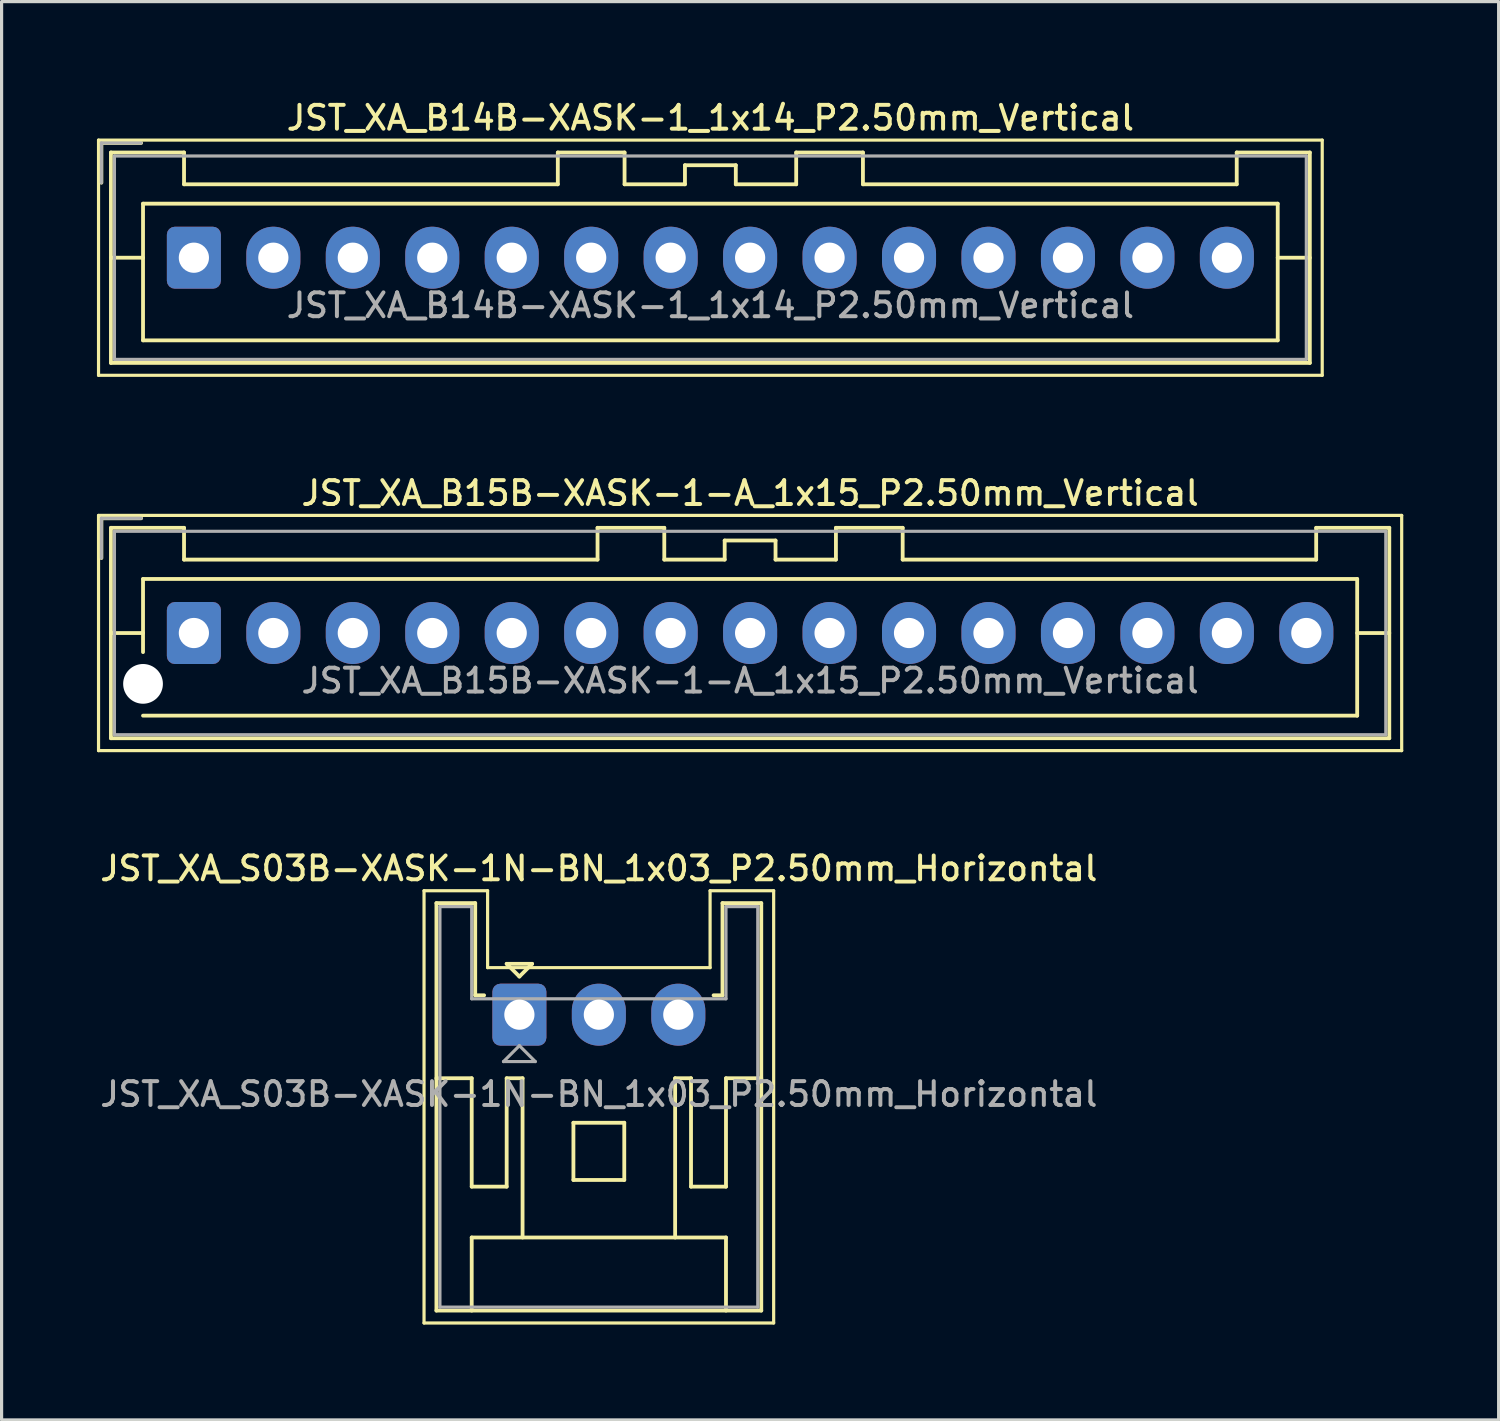
<source format=kicad_pcb>
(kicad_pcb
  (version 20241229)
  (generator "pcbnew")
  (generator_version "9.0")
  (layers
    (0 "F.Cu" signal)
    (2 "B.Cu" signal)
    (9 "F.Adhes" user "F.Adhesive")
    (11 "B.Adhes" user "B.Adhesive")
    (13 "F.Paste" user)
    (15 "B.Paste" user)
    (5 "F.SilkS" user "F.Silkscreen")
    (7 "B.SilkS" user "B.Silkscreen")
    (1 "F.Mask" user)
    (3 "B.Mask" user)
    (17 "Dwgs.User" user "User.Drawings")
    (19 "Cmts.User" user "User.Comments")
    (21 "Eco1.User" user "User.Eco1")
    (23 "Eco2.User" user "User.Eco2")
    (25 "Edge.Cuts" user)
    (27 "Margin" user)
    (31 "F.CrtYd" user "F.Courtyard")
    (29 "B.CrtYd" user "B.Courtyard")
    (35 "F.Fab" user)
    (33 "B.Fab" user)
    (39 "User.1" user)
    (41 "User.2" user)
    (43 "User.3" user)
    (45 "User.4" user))
  (footprint "JST_XA_B14B-XASK-1_1x14_P2.50mm_Vertical"
    (layer "F.Cu")
    (at 3.05 5.058)
    (property "Reference" "JST_XA_B14B-XASK-1_1x14_P2.50mm_Vertical" (at 16.25 -4.4 0) (layer "F.SilkS") (effects (font (size 0.75 0.75) (thickness 0.125))))
    (attr through_hole)
    (fp_line (start -3 -3.7) (end -3 3.7) (stroke (width 0.1) (type solid)) (layer "F.SilkS"))
    (fp_line (start -3 3.7) (end 35.5 3.7) (stroke (width 0.1) (type solid)) (layer "F.SilkS"))
    (fp_line (start -2.91 -3.61) (end -2.91 -2.36) (stroke (width 0.12) (type solid)) (layer "F.SilkS"))
    (fp_line (start -2.61 -3.31) (end -2.61 3.31) (stroke (width 0.12) (type solid)) (layer "F.SilkS"))
    (fp_line (start -2.61 0) (end -1.6 0) (stroke (width 0.12) (type solid)) (layer "F.SilkS"))
    (fp_line (start -2.61 3.31) (end 35.11 3.31) (stroke (width 0.12) (type solid)) (layer "F.SilkS"))
    (fp_line (start -1.66 -3.61) (end -2.91 -3.61) (stroke (width 0.12) (type solid)) (layer "F.SilkS"))
    (fp_line (start -1.6 -1.7) (end -1.6 2.6) (stroke (width 0.12) (type solid)) (layer "F.SilkS"))
    (fp_line (start -1.6 2.6) (end 34.1 2.6) (stroke (width 0.12) (type solid)) (layer "F.SilkS"))
    (fp_line (start -0.31 -3.31) (end -2.61 -3.31) (stroke (width 0.12) (type solid)) (layer "F.SilkS"))
    (fp_line (start -0.31 -2.31) (end -0.31 -3.31) (stroke (width 0.12) (type solid)) (layer "F.SilkS"))
    (fp_line (start 11.45 -3.31) (end 11.45 -2.31) (stroke (width 0.12) (type solid)) (layer "F.SilkS"))
    (fp_line (start 11.45 -2.31) (end -0.31 -2.31) (stroke (width 0.12) (type solid)) (layer "F.SilkS"))
    (fp_line (start 13.55 -3.31) (end 11.45 -3.31) (stroke (width 0.12) (type solid)) (layer "F.SilkS"))
    (fp_line (start 13.55 -2.31) (end 13.55 -3.31) (stroke (width 0.12) (type solid)) (layer "F.SilkS"))
    (fp_line (start 15.45 -2.91) (end 15.45 -2.31) (stroke (width 0.12) (type solid)) (layer "F.SilkS"))
    (fp_line (start 15.45 -2.31) (end 13.55 -2.31) (stroke (width 0.12) (type solid)) (layer "F.SilkS"))
    (fp_line (start 17.05 -2.91) (end 15.45 -2.91) (stroke (width 0.12) (type solid)) (layer "F.SilkS"))
    (fp_line (start 17.05 -2.31) (end 17.05 -2.91) (stroke (width 0.12) (type solid)) (layer "F.SilkS"))
    (fp_line (start 18.95 -3.31) (end 18.95 -2.31) (stroke (width 0.12) (type solid)) (layer "F.SilkS"))
    (fp_line (start 18.95 -2.31) (end 17.05 -2.31) (stroke (width 0.12) (type solid)) (layer "F.SilkS"))
    (fp_line (start 21.05 -3.31) (end 18.95 -3.31) (stroke (width 0.12) (type solid)) (layer "F.SilkS"))
    (fp_line (start 21.05 -2.31) (end 21.05 -3.31) (stroke (width 0.12) (type solid)) (layer "F.SilkS"))
    (fp_line (start 32.81 -3.31) (end 32.81 -2.31) (stroke (width 0.12) (type solid)) (layer "F.SilkS"))
    (fp_line (start 32.81 -2.31) (end 21.05 -2.31) (stroke (width 0.12) (type solid)) (layer "F.SilkS"))
    (fp_line (start 34.1 -1.7) (end -1.6 -1.7) (stroke (width 0.12) (type solid)) (layer "F.SilkS"))
    (fp_line (start 34.1 2.6) (end 34.1 -1.7) (stroke (width 0.12) (type solid)) (layer "F.SilkS"))
    (fp_line (start 35.11 -3.31) (end 32.81 -3.31) (stroke (width 0.12) (type solid)) (layer "F.SilkS"))
    (fp_line (start 35.11 0) (end 34.1 0) (stroke (width 0.12) (type solid)) (layer "F.SilkS"))
    (fp_line (start 35.11 3.31) (end 35.11 -3.31) (stroke (width 0.12) (type solid)) (layer "F.SilkS"))
    (fp_line (start 35.5 -3.7) (end -3 -3.7) (stroke (width 0.1) (type solid)) (layer "F.SilkS"))
    (fp_line (start 35.5 3.7) (end 35.5 -3.7) (stroke (width 0.1) (type solid)) (layer "F.SilkS"))
    (fp_line (start -2.91 -3.61) (end -2.91 -2.36) (stroke (width 0.1) (type solid)) (layer "F.Fab"))
    (fp_line (start -2.5 -3.2) (end -2.5 3.2) (stroke (width 0.1) (type solid)) (layer "F.Fab"))
    (fp_line (start -2.5 3.2) (end 35 3.2) (stroke (width 0.1) (type solid)) (layer "F.Fab"))
    (fp_line (start -1.66 -3.61) (end -2.91 -3.61) (stroke (width 0.1) (type solid)) (layer "F.Fab"))
    (fp_line (start 35 -3.2) (end -2.5 -3.2) (stroke (width 0.1) (type solid)) (layer "F.Fab"))
    (fp_line (start 35 3.2) (end 35 -3.2) (stroke (width 0.1) (type solid)) (layer "F.Fab"))
    (fp_text user "${REFERENCE}" (at 16.25 1.5 0) (layer "F.Fab") (effects (font (size 0.75 0.75) (thickness 0.125))))
    (pad "1" thru_hole roundrect (at 0 0) (size 1.7 1.95) (drill 0.95) (layers "*.Cu" "*.Mask") (roundrect_rratio 0.147))
    (pad "2" thru_hole oval (at 2.5 0) (size 1.7 1.95) (drill 0.95) (layers "*.Cu" "*.Mask"))
    (pad "3" thru_hole oval (at 5 0) (size 1.7 1.95) (drill 0.95) (layers "*.Cu" "*.Mask"))
    (pad "4" thru_hole oval (at 7.5 0) (size 1.7 1.95) (drill 0.95) (layers "*.Cu" "*.Mask"))
    (pad "5" thru_hole oval (at 10 0) (size 1.7 1.95) (drill 0.95) (layers "*.Cu" "*.Mask"))
    (pad "6" thru_hole oval (at 12.5 0) (size 1.7 1.95) (drill 0.95) (layers "*.Cu" "*.Mask"))
    (pad "7" thru_hole oval (at 15 0) (size 1.7 1.95) (drill 0.95) (layers "*.Cu" "*.Mask"))
    (pad "8" thru_hole oval (at 17.5 0) (size 1.7 1.95) (drill 0.95) (layers "*.Cu" "*.Mask"))
    (pad "9" thru_hole oval (at 20 0) (size 1.7 1.95) (drill 0.95) (layers "*.Cu" "*.Mask"))
    (pad "10" thru_hole oval (at 22.5 0) (size 1.7 1.95) (drill 0.95) (layers "*.Cu" "*.Mask"))
    (pad "11" thru_hole oval (at 25 0) (size 1.7 1.95) (drill 0.95) (layers "*.Cu" "*.Mask"))
    (pad "12" thru_hole oval (at 27.5 0) (size 1.7 1.95) (drill 0.95) (layers "*.Cu" "*.Mask"))
    (pad "13" thru_hole oval (at 30 0) (size 1.7 1.95) (drill 0.95) (layers "*.Cu" "*.Mask"))
    (pad "14" thru_hole oval (at 32.5 0) (size 1.7 1.95) (drill 0.95) (layers "*.Cu" "*.Mask")))
  (footprint "JST_XA_S03B-XASK-1N-BN_1x03_P2.50mm_Horizontal"
    (layer "F.Cu")
    (at 13.291 28.874)
    (property "Reference" "JST_XA_S03B-XASK-1N-BN_1x03_P2.50mm_Horizontal" (at 2.5 -4.6 0) (layer "F.SilkS") (effects (font (size 0.75 0.75) (thickness 0.125))))
    (attr through_hole)
    (fp_line (start -3 -3.9) (end -3 9.7) (stroke (width 0.1) (type solid)) (layer "F.SilkS"))
    (fp_line (start -3 9.7) (end 8 9.7) (stroke (width 0.1) (type solid)) (layer "F.SilkS"))
    (fp_line (start -2.61 -3.51) (end -2.61 9.31) (stroke (width 0.12) (type solid)) (layer "F.SilkS"))
    (fp_line (start -2.61 9.31) (end 7.61 9.31) (stroke (width 0.12) (type solid)) (layer "F.SilkS"))
    (fp_line (start -1.5 2) (end -2.61 2) (stroke (width 0.12) (type solid)) (layer "F.SilkS"))
    (fp_line (start -1.5 5.41) (end -1.5 2) (stroke (width 0.12) (type solid)) (layer "F.SilkS"))
    (fp_line (start -1.5 7.01) (end 6.5 7.01) (stroke (width 0.12) (type solid)) (layer "F.SilkS"))
    (fp_line (start -1.5 9.31) (end -1.5 7.01) (stroke (width 0.12) (type solid)) (layer "F.SilkS"))
    (fp_line (start -1.39 -3.51) (end -2.61 -3.51) (stroke (width 0.12) (type solid)) (layer "F.SilkS"))
    (fp_line (start -1.39 -0.61) (end -1.39 -3.51) (stroke (width 0.12) (type solid)) (layer "F.SilkS"))
    (fp_line (start -1.11 -0.61) (end -1.39 -0.61) (stroke (width 0.12) (type solid)) (layer "F.SilkS"))
    (fp_line (start -1 -3.9) (end -3 -3.9) (stroke (width 0.1) (type solid)) (layer "F.SilkS"))
    (fp_line (start -1 -1.48) (end -1 -3.9) (stroke (width 0.1) (type solid)) (layer "F.SilkS"))
    (fp_line (start -0.4 -1.6) (end 0.4 -1.6) (stroke (width 0.12) (type solid)) (layer "F.SilkS"))
    (fp_line (start -0.4 2) (end -0.4 5.41) (stroke (width 0.12) (type solid)) (layer "F.SilkS"))
    (fp_line (start -0.4 5.41) (end -1.5 5.41) (stroke (width 0.12) (type solid)) (layer "F.SilkS"))
    (fp_line (start 0 -1.2) (end -0.4 -1.6) (stroke (width 0.12) (type solid)) (layer "F.SilkS"))
    (fp_line (start 0.1 2) (end -0.4 2) (stroke (width 0.12) (type solid)) (layer "F.SilkS"))
    (fp_line (start 0.1 7.01) (end 0.1 2) (stroke (width 0.12) (type solid)) (layer "F.SilkS"))
    (fp_line (start 0.4 -1.6) (end 0 -1.2) (stroke (width 0.12) (type solid)) (layer "F.SilkS"))
    (fp_line (start 1.7 3.4) (end 3.3 3.4) (stroke (width 0.12) (type solid)) (layer "F.SilkS"))
    (fp_line (start 1.7 5.2) (end 1.7 3.4) (stroke (width 0.12) (type solid)) (layer "F.SilkS"))
    (fp_line (start 3.3 3.4) (end 3.3 5.2) (stroke (width 0.12) (type solid)) (layer "F.SilkS"))
    (fp_line (start 3.3 5.2) (end 1.7 5.2) (stroke (width 0.12) (type solid)) (layer "F.SilkS"))
    (fp_line (start 4.9 2) (end 5.4 2) (stroke (width 0.12) (type solid)) (layer "F.SilkS"))
    (fp_line (start 4.9 7.01) (end 4.9 2) (stroke (width 0.12) (type solid)) (layer "F.SilkS"))
    (fp_line (start 5.4 2) (end 5.4 5.41) (stroke (width 0.12) (type solid)) (layer "F.SilkS"))
    (fp_line (start 5.4 5.41) (end 6.5 5.41) (stroke (width 0.12) (type solid)) (layer "F.SilkS"))
    (fp_line (start 6 -3.9) (end 6 -1.48) (stroke (width 0.1) (type solid)) (layer "F.SilkS"))
    (fp_line (start 6 -1.48) (end -1 -1.48) (stroke (width 0.1) (type solid)) (layer "F.SilkS"))
    (fp_line (start 6.39 -3.51) (end 6.39 -0.61) (stroke (width 0.12) (type solid)) (layer "F.SilkS"))
    (fp_line (start 6.39 -0.61) (end 6.11 -0.61) (stroke (width 0.12) (type solid)) (layer "F.SilkS"))
    (fp_line (start 6.5 2) (end 7.61 2) (stroke (width 0.12) (type solid)) (layer "F.SilkS"))
    (fp_line (start 6.5 5.41) (end 6.5 2) (stroke (width 0.12) (type solid)) (layer "F.SilkS"))
    (fp_line (start 6.5 7.01) (end 6.5 9.31) (stroke (width 0.12) (type solid)) (layer "F.SilkS"))
    (fp_line (start 7.61 -3.51) (end 6.39 -3.51) (stroke (width 0.12) (type solid)) (layer "F.SilkS"))
    (fp_line (start 7.61 9.31) (end 7.61 -3.51) (stroke (width 0.12) (type solid)) (layer "F.SilkS"))
    (fp_line (start 8 -3.9) (end 6 -3.9) (stroke (width 0.1) (type solid)) (layer "F.SilkS"))
    (fp_line (start 8 9.7) (end 8 -3.9) (stroke (width 0.1) (type solid)) (layer "F.SilkS"))
    (fp_line (start -2.5 -3.4) (end -2.5 9.2) (stroke (width 0.1) (type solid)) (layer "F.Fab"))
    (fp_line (start -2.5 9.2) (end 7.5 9.2) (stroke (width 0.1) (type solid)) (layer "F.Fab"))
    (fp_line (start -1.5 -3.4) (end -2.5 -3.4) (stroke (width 0.1) (type solid)) (layer "F.Fab"))
    (fp_line (start -1.5 -0.5) (end -1.5 -3.4) (stroke (width 0.1) (type solid)) (layer "F.Fab"))
    (fp_line (start -0.5 1.475) (end 0.5 1.475) (stroke (width 0.1) (type solid)) (layer "F.Fab"))
    (fp_line (start 0 0.975) (end -0.5 1.475) (stroke (width 0.1) (type solid)) (layer "F.Fab"))
    (fp_line (start 0.5 1.475) (end 0 0.975) (stroke (width 0.1) (type solid)) (layer "F.Fab"))
    (fp_line (start 6.5 -3.4) (end 6.5 -0.5) (stroke (width 0.1) (type solid)) (layer "F.Fab"))
    (fp_line (start 6.5 -0.5) (end -1.5 -0.5) (stroke (width 0.1) (type solid)) (layer "F.Fab"))
    (fp_line (start 7.5 -3.4) (end 6.5 -3.4) (stroke (width 0.1) (type solid)) (layer "F.Fab"))
    (fp_line (start 7.5 9.2) (end 7.5 -3.4) (stroke (width 0.1) (type solid)) (layer "F.Fab"))
    (fp_text user "${REFERENCE}" (at 2.5 2.5 0) (layer "F.Fab") (effects (font (size 0.75 0.75) (thickness 0.125))))
    (pad "1" thru_hole roundrect (at 0 0) (size 1.7 1.95) (drill 0.95) (layers "*.Cu" "*.Mask") (roundrect_rratio 0.147))
    (pad "2" thru_hole oval (at 2.5 0) (size 1.7 1.95) (drill 0.95) (layers "*.Cu" "*.Mask"))
    (pad "3" thru_hole oval (at 5 0) (size 1.7 1.95) (drill 0.95) (layers "*.Cu" "*.Mask")))
  (footprint "JST_XA_B15B-XASK-1-A_1x15_P2.50mm_Vertical"
    (layer "F.Cu")
    (at 3.05 16.866)
    (property "Reference" "JST_XA_B15B-XASK-1-A_1x15_P2.50mm_Vertical" (at 17.5 -4.4 0) (layer "F.SilkS") (effects (font (size 0.75 0.75) (thickness 0.125))))
    (attr through_hole)
    (fp_line (start -3 -3.7) (end -3 3.7) (stroke (width 0.1) (type solid)) (layer "F.SilkS"))
    (fp_line (start -3 3.7) (end 38 3.7) (stroke (width 0.1) (type solid)) (layer "F.SilkS"))
    (fp_line (start -2.91 -3.61) (end -2.91 -2.36) (stroke (width 0.12) (type solid)) (layer "F.SilkS"))
    (fp_line (start -2.61 -3.31) (end -2.61 3.31) (stroke (width 0.12) (type solid)) (layer "F.SilkS"))
    (fp_line (start -2.61 0) (end -1.6 0) (stroke (width 0.12) (type solid)) (layer "F.SilkS"))
    (fp_line (start -2.61 3.31) (end 37.61 3.31) (stroke (width 0.12) (type solid)) (layer "F.SilkS"))
    (fp_line (start -1.66 -3.61) (end -2.91 -3.61) (stroke (width 0.12) (type solid)) (layer "F.SilkS"))
    (fp_line (start -1.6 -1.7) (end 36.6 -1.7) (stroke (width 0.12) (type solid)) (layer "F.SilkS"))
    (fp_line (start -1.6 0.6) (end -1.6 -1.7) (stroke (width 0.12) (type solid)) (layer "F.SilkS"))
    (fp_line (start -0.31 -3.31) (end -2.61 -3.31) (stroke (width 0.12) (type solid)) (layer "F.SilkS"))
    (fp_line (start -0.31 -2.31) (end -0.31 -3.31) (stroke (width 0.12) (type solid)) (layer "F.SilkS"))
    (fp_line (start 12.7 -3.31) (end 12.7 -2.31) (stroke (width 0.12) (type solid)) (layer "F.SilkS"))
    (fp_line (start 12.7 -2.31) (end -0.31 -2.31) (stroke (width 0.12) (type solid)) (layer "F.SilkS"))
    (fp_line (start 14.8 -3.31) (end 12.7 -3.31) (stroke (width 0.12) (type solid)) (layer "F.SilkS"))
    (fp_line (start 14.8 -2.31) (end 14.8 -3.31) (stroke (width 0.12) (type solid)) (layer "F.SilkS"))
    (fp_line (start 16.7 -2.91) (end 16.7 -2.31) (stroke (width 0.12) (type solid)) (layer "F.SilkS"))
    (fp_line (start 16.7 -2.31) (end 14.8 -2.31) (stroke (width 0.12) (type solid)) (layer "F.SilkS"))
    (fp_line (start 18.3 -2.91) (end 16.7 -2.91) (stroke (width 0.12) (type solid)) (layer "F.SilkS"))
    (fp_line (start 18.3 -2.31) (end 18.3 -2.91) (stroke (width 0.12) (type solid)) (layer "F.SilkS"))
    (fp_line (start 20.2 -3.31) (end 20.2 -2.31) (stroke (width 0.12) (type solid)) (layer "F.SilkS"))
    (fp_line (start 20.2 -2.31) (end 18.3 -2.31) (stroke (width 0.12) (type solid)) (layer "F.SilkS"))
    (fp_line (start 22.3 -3.31) (end 20.2 -3.31) (stroke (width 0.12) (type solid)) (layer "F.SilkS"))
    (fp_line (start 22.3 -2.31) (end 22.3 -3.31) (stroke (width 0.12) (type solid)) (layer "F.SilkS"))
    (fp_line (start 35.31 -3.31) (end 35.31 -2.31) (stroke (width 0.12) (type solid)) (layer "F.SilkS"))
    (fp_line (start 35.31 -2.31) (end 22.3 -2.31) (stroke (width 0.12) (type solid)) (layer "F.SilkS"))
    (fp_line (start 36.6 -1.7) (end 36.6 2.6) (stroke (width 0.12) (type solid)) (layer "F.SilkS"))
    (fp_line (start 36.6 2.6) (end -1.6 2.6) (stroke (width 0.12) (type solid)) (layer "F.SilkS"))
    (fp_line (start 37.61 -3.31) (end 35.31 -3.31) (stroke (width 0.12) (type solid)) (layer "F.SilkS"))
    (fp_line (start 37.61 0) (end 36.6 0) (stroke (width 0.12) (type solid)) (layer "F.SilkS"))
    (fp_line (start 37.61 3.31) (end 37.61 -3.31) (stroke (width 0.12) (type solid)) (layer "F.SilkS"))
    (fp_line (start 38 -3.7) (end -3 -3.7) (stroke (width 0.1) (type solid)) (layer "F.SilkS"))
    (fp_line (start 38 3.7) (end 38 -3.7) (stroke (width 0.1) (type solid)) (layer "F.SilkS"))
    (fp_line (start -2.91 -3.61) (end -2.91 -2.36) (stroke (width 0.1) (type solid)) (layer "F.Fab"))
    (fp_line (start -2.5 -3.2) (end -2.5 3.2) (stroke (width 0.1) (type solid)) (layer "F.Fab"))
    (fp_line (start -2.5 3.2) (end 37.5 3.2) (stroke (width 0.1) (type solid)) (layer "F.Fab"))
    (fp_line (start -1.66 -3.61) (end -2.91 -3.61) (stroke (width 0.1) (type solid)) (layer "F.Fab"))
    (fp_line (start 37.5 -3.2) (end -2.5 -3.2) (stroke (width 0.1) (type solid)) (layer "F.Fab"))
    (fp_line (start 37.5 3.2) (end 37.5 -3.2) (stroke (width 0.1) (type solid)) (layer "F.Fab"))
    (fp_text user "${REFERENCE}" (at 17.5 1.5 0) (layer "F.Fab") (effects (font (size 0.75 0.75) (thickness 0.125))))
    (pad "" np_thru_hole circle (at -1.6 1.6) (size 1.25 1.25) (drill 1.25) (layers "*.Cu" "*.Mask"))
    (pad "1" thru_hole roundrect (at 0 0) (size 1.7 1.95) (drill 0.95) (layers "*.Cu" "*.Mask") (roundrect_rratio 0.147))
    (pad "2" thru_hole oval (at 2.5 0) (size 1.7 1.95) (drill 0.95) (layers "*.Cu" "*.Mask"))
    (pad "3" thru_hole oval (at 5 0) (size 1.7 1.95) (drill 0.95) (layers "*.Cu" "*.Mask"))
    (pad "4" thru_hole oval (at 7.5 0) (size 1.7 1.95) (drill 0.95) (layers "*.Cu" "*.Mask"))
    (pad "5" thru_hole oval (at 10 0) (size 1.7 1.95) (drill 0.95) (layers "*.Cu" "*.Mask"))
    (pad "6" thru_hole oval (at 12.5 0) (size 1.7 1.95) (drill 0.95) (layers "*.Cu" "*.Mask"))
    (pad "7" thru_hole oval (at 15 0) (size 1.7 1.95) (drill 0.95) (layers "*.Cu" "*.Mask"))
    (pad "8" thru_hole oval (at 17.5 0) (size 1.7 1.95) (drill 0.95) (layers "*.Cu" "*.Mask"))
    (pad "9" thru_hole oval (at 20 0) (size 1.7 1.95) (drill 0.95) (layers "*.Cu" "*.Mask"))
    (pad "10" thru_hole oval (at 22.5 0) (size 1.7 1.95) (drill 0.95) (layers "*.Cu" "*.Mask"))
    (pad "11" thru_hole oval (at 25 0) (size 1.7 1.95) (drill 0.95) (layers "*.Cu" "*.Mask"))
    (pad "12" thru_hole oval (at 27.5 0) (size 1.7 1.95) (drill 0.95) (layers "*.Cu" "*.Mask"))
    (pad "13" thru_hole oval (at 30 0) (size 1.7 1.95) (drill 0.95) (layers "*.Cu" "*.Mask"))
    (pad "14" thru_hole oval (at 32.5 0) (size 1.7 1.95) (drill 0.95) (layers "*.Cu" "*.Mask"))
    (pad "15" thru_hole oval (at 35 0) (size 1.7 1.95) (drill 0.95) (layers "*.Cu" "*.Mask")))
  (gr_rect
    (start -3 -3)
    (end 44.1 41.624)
    (stroke (width 0.1) (type default))
    (fill no)
    (layer "Edge.Cuts")))
</source>
